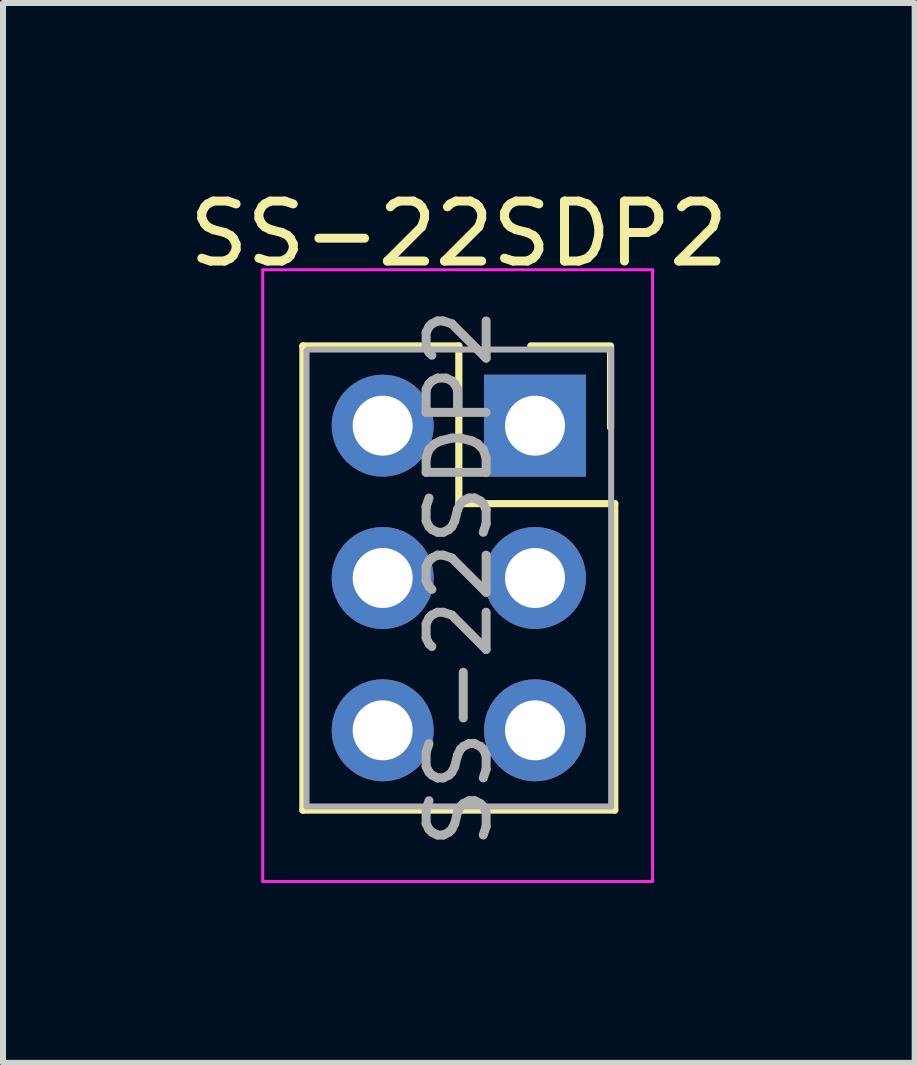
<source format=kicad_pcb>
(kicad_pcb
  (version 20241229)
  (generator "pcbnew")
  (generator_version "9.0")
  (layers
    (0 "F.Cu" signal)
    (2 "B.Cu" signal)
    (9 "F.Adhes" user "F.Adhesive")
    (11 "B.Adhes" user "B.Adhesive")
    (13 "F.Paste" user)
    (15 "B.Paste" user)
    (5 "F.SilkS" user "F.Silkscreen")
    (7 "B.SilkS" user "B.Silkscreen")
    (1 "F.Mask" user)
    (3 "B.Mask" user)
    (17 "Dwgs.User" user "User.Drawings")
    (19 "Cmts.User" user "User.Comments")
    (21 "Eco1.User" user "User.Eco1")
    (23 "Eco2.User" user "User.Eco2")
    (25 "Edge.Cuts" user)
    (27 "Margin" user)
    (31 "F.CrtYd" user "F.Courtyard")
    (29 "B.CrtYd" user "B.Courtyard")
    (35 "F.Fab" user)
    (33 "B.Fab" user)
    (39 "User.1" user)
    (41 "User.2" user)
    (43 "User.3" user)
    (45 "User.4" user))
  (footprint "SS-22SDP2"
    (layer "F.Cu")
    (at 3.331 4.048)
    (property "Reference" "SS-22SDP2" (at 1.27 -3.2 0) (layer "F.SilkS") (effects (font (size 1 1) (thickness 0.15))))
    (attr through_hole)
    (fp_line (start -1.33 -1.33) (end -1.33 6.41) (stroke (width 0.12) (type solid)) (layer "F.SilkS"))
    (fp_line (start -1.33 -1.33) (end 1.27 -1.33) (stroke (width 0.12) (type solid)) (layer "F.SilkS"))
    (fp_line (start -1.33 6.41) (end 3.87 6.41) (stroke (width 0.12) (type solid)) (layer "F.SilkS"))
    (fp_line (start 1.27 1.27) (end 1.27 -1.33) (stroke (width 0.12) (type solid)) (layer "F.SilkS"))
    (fp_line (start 1.27 1.3) (end 3.87 1.3) (stroke (width 0.12) (type solid)) (layer "F.SilkS"))
    (fp_line (start 2.47 -1.33) (end 3.8 -1.33) (stroke (width 0.12) (type solid)) (layer "F.SilkS"))
    (fp_line (start 3.8 0.03) (end 3.8 -1.3) (stroke (width 0.12) (type solid)) (layer "F.SilkS"))
    (fp_line (start 3.87 1.3) (end 3.87 6.41) (stroke (width 0.12) (type solid)) (layer "F.SilkS"))
    (fp_line (start -2 -2.6) (end -2 7.6) (stroke (width 0.05) (type solid)) (layer "F.CrtYd"))
    (fp_line (start -2 7.6) (end 4.5 7.6) (stroke (width 0.05) (type solid)) (layer "F.CrtYd"))
    (fp_line (start 4.5 -2.6) (end -2 -2.6) (stroke (width 0.05) (type solid)) (layer "F.CrtYd"))
    (fp_line (start 4.5 7.6) (end 4.5 -2.6) (stroke (width 0.05) (type solid)) (layer "F.CrtYd"))
    (fp_line (start -1.27 6.35) (end -1.27 -1.25) (stroke (width 0.1) (type solid)) (layer "F.Fab"))
    (fp_line (start -1.25 -1.27) (end 3.81 -1.27) (stroke (width 0.1) (type solid)) (layer "F.Fab"))
    (fp_line (start 3.81 -1.27) (end 3.81 6.35) (stroke (width 0.1) (type solid)) (layer "F.Fab"))
    (fp_line (start 3.81 6.35) (end -1.27 6.35) (stroke (width 0.1) (type solid)) (layer "F.Fab"))
    (fp_text user "${REFERENCE}" (at 1.27 2.54 90) (layer "F.Fab") (effects (font (size 1 1) (thickness 0.15))))
    (pad "1" thru_hole rect (at 2.54 0) (size 1.7 1.7) (drill 1) (layers "*.Cu" "*.Mask"))
    (pad "2" thru_hole oval (at 2.54 2.54) (size 1.7 1.7) (drill 1) (layers "*.Cu" "*.Mask"))
    (pad "3" thru_hole oval (at 2.54 5.08) (size 1.7 1.7) (drill 1) (layers "*.Cu" "*.Mask"))
    (pad "4" thru_hole oval (at 0 0) (size 1.7 1.7) (drill 1) (layers "*.Cu" "*.Mask"))
    (pad "5" thru_hole oval (at 0 2.54) (size 1.7 1.7) (drill 1) (layers "*.Cu" "*.Mask"))
    (pad "6" thru_hole oval (at 0 5.08) (size 1.7 1.7) (drill 1) (layers "*.Cu" "*.Mask")))
  (gr_rect
    (start -3 -3)
    (end 12.202 14.673)
    (stroke (width 0.1) (type default))
    (fill no)
    (layer "Edge.Cuts")))
</source>
